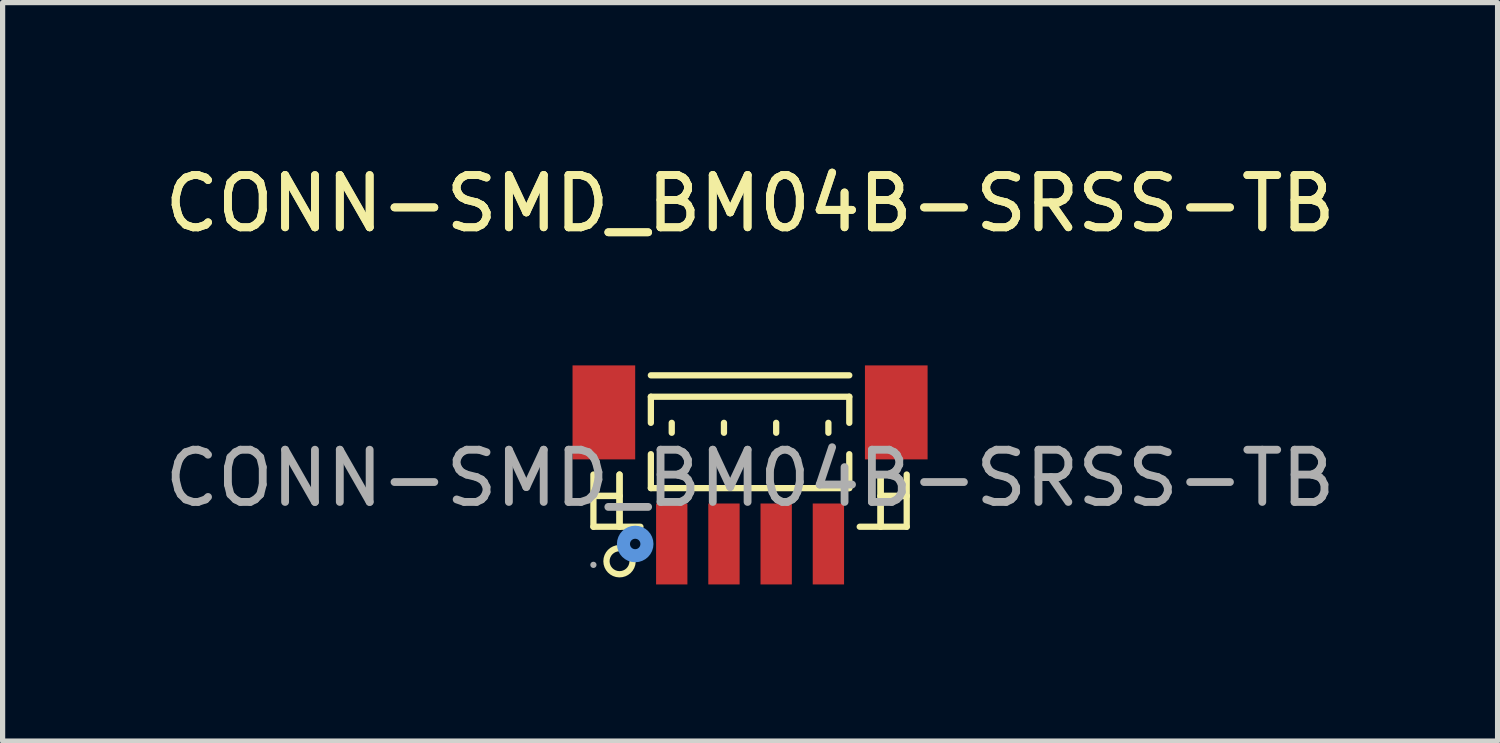
<source format=kicad_pcb>
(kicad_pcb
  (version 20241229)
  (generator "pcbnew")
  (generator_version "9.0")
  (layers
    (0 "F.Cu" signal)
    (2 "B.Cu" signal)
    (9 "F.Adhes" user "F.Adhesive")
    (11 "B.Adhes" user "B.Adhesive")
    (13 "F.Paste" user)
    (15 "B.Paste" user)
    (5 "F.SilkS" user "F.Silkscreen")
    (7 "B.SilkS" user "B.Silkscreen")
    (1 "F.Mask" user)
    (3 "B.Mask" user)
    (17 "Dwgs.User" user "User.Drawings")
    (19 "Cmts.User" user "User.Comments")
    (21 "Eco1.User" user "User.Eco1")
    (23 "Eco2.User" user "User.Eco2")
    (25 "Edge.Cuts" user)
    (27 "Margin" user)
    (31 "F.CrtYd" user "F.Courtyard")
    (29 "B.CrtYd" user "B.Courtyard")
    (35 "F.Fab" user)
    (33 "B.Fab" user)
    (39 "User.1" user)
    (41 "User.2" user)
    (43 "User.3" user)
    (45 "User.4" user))
  (footprint "CONN-SMD_BM04B-SRSS-TB"
    (layer "F.Cu")
    (at 11.315 6.108)
    (property "Reference" "CONN-SMD_BM04B-SRSS-TB" (at 0 -5.26 0) (layer "F.SilkS") (effects (font (size 1 1) (thickness 0.15))))
    (attr smd)
    (fp_line (start -3 -0.07) (end -3 0.93) (stroke (width 0.12) (type solid)) (layer "F.SilkS"))
    (fp_line (start -3 0.34) (end -2.5 0.34) (stroke (width 0.12) (type solid)) (layer "F.SilkS"))
    (fp_line (start -3 0.93) (end -2.1 0.93) (stroke (width 0.12) (type solid)) (layer "F.SilkS"))
    (fp_line (start -2.5 -0.07) (end -2.5 0.93) (stroke (width 0.12) (type solid)) (layer "F.SilkS"))
    (fp_line (start -2.5 0.34) (end -3 0.34) (stroke (width 0.12) (type solid)) (layer "F.SilkS"))
    (fp_line (start -2.5 0.93) (end -2.5 -0.07) (stroke (width 0.12) (type solid)) (layer "F.SilkS"))
    (fp_line (start -1.9 -1.97) (end 1.9 -1.97) (stroke (width 0.12) (type solid)) (layer "F.SilkS"))
    (fp_line (start -1.9 -1.56) (end 1.9 -1.56) (stroke (width 0.12) (type solid)) (layer "F.SilkS"))
    (fp_line (start -1.9 -1.06) (end -1.9 -1.56) (stroke (width 0.12) (type solid)) (layer "F.SilkS"))
    (fp_line (start -1.9 -0.46) (end -1.9 0.19) (stroke (width 0.12) (type solid)) (layer "F.SilkS"))
    (fp_line (start -1.9 0.19) (end 1.9 0.19) (stroke (width 0.12) (type solid)) (layer "F.SilkS"))
    (fp_line (start -1.5 -1.06) (end -1.5 -0.87) (stroke (width 0.12) (type solid)) (layer "F.SilkS"))
    (fp_line (start -0.5 -1.06) (end -0.5 -0.87) (stroke (width 0.12) (type solid)) (layer "F.SilkS"))
    (fp_line (start 0.5 -1.06) (end 0.5 -0.87) (stroke (width 0.12) (type solid)) (layer "F.SilkS"))
    (fp_line (start 1.5 -1.06) (end 1.5 -0.87) (stroke (width 0.12) (type solid)) (layer "F.SilkS"))
    (fp_line (start 1.9 -1.56) (end 1.9 -1.06) (stroke (width 0.12) (type solid)) (layer "F.SilkS"))
    (fp_line (start 1.9 0.19) (end 1.9 -0.46) (stroke (width 0.12) (type solid)) (layer "F.SilkS"))
    (fp_line (start 2.5 -0.07) (end 2.5 0.93) (stroke (width 0.12) (type solid)) (layer "F.SilkS"))
    (fp_line (start 2.5 0.34) (end 3 0.34) (stroke (width 0.12) (type solid)) (layer "F.SilkS"))
    (fp_line (start 2.5 0.93) (end 2.5 -0.07) (stroke (width 0.12) (type solid)) (layer "F.SilkS"))
    (fp_line (start 3 -0.07) (end 3 0.93) (stroke (width 0.12) (type solid)) (layer "F.SilkS"))
    (fp_line (start 3 0.34) (end 2.5 0.34) (stroke (width 0.12) (type solid)) (layer "F.SilkS"))
    (fp_line (start 3 0.93) (end 2.1 0.93) (stroke (width 0.12) (type solid)) (layer "F.SilkS"))
    (fp_arc (start -2.25 1.6) (mid -2.7502 1.589997) (end -2.25 1.580005) (stroke (width 0.12) (type solid)) (layer "F.SilkS"))
    (fp_circle (center -2.2 1.26) (end -2.1 1.26) (stroke (width 0.25) (type solid)) (fill no) (layer "Cmts.User"))
    (fp_circle (center -3 1.66) (end -2.97 1.66) (stroke (width 0.06) (type solid)) (fill no) (layer "F.Fab"))
    (fp_text user "${REFERENCE}" (at 0 -5.26 0) (layer "F.SilkS") (effects (font (size 1 1) (thickness 0.15))))
    (fp_text user "${REFERENCE}" (at 0 0 0) (layer "F.Fab") (effects (font (size 1 1) (thickness 0.15))))
    (pad "0" smd rect (at -2.8 -1.26) (size 1.2 1.8) (layers "F.Cu" "F.Mask" "F.Paste"))
    (pad "0" smd rect (at 2.8 -1.26) (size 1.2 1.8) (layers "F.Cu" "F.Mask" "F.Paste"))
    (pad "1" smd rect (at -1.5 1.26) (size 0.6 1.55) (layers "F.Cu" "F.Mask" "F.Paste"))
    (pad "2" smd rect (at -0.5 1.26) (size 0.6 1.55) (layers "F.Cu" "F.Mask" "F.Paste"))
    (pad "3" smd rect (at 0.5 1.26) (size 0.6 1.55) (layers "F.Cu" "F.Mask" "F.Paste"))
    (pad "4" smd rect (at 1.5 1.26) (size 0.6 1.55) (layers "F.Cu" "F.Mask" "F.Paste")))
  (gr_rect
    (start -3 -3)
    (end 25.631 11.143)
    (stroke (width 0.1) (type default))
    (fill no)
    (layer "Edge.Cuts")))
</source>
